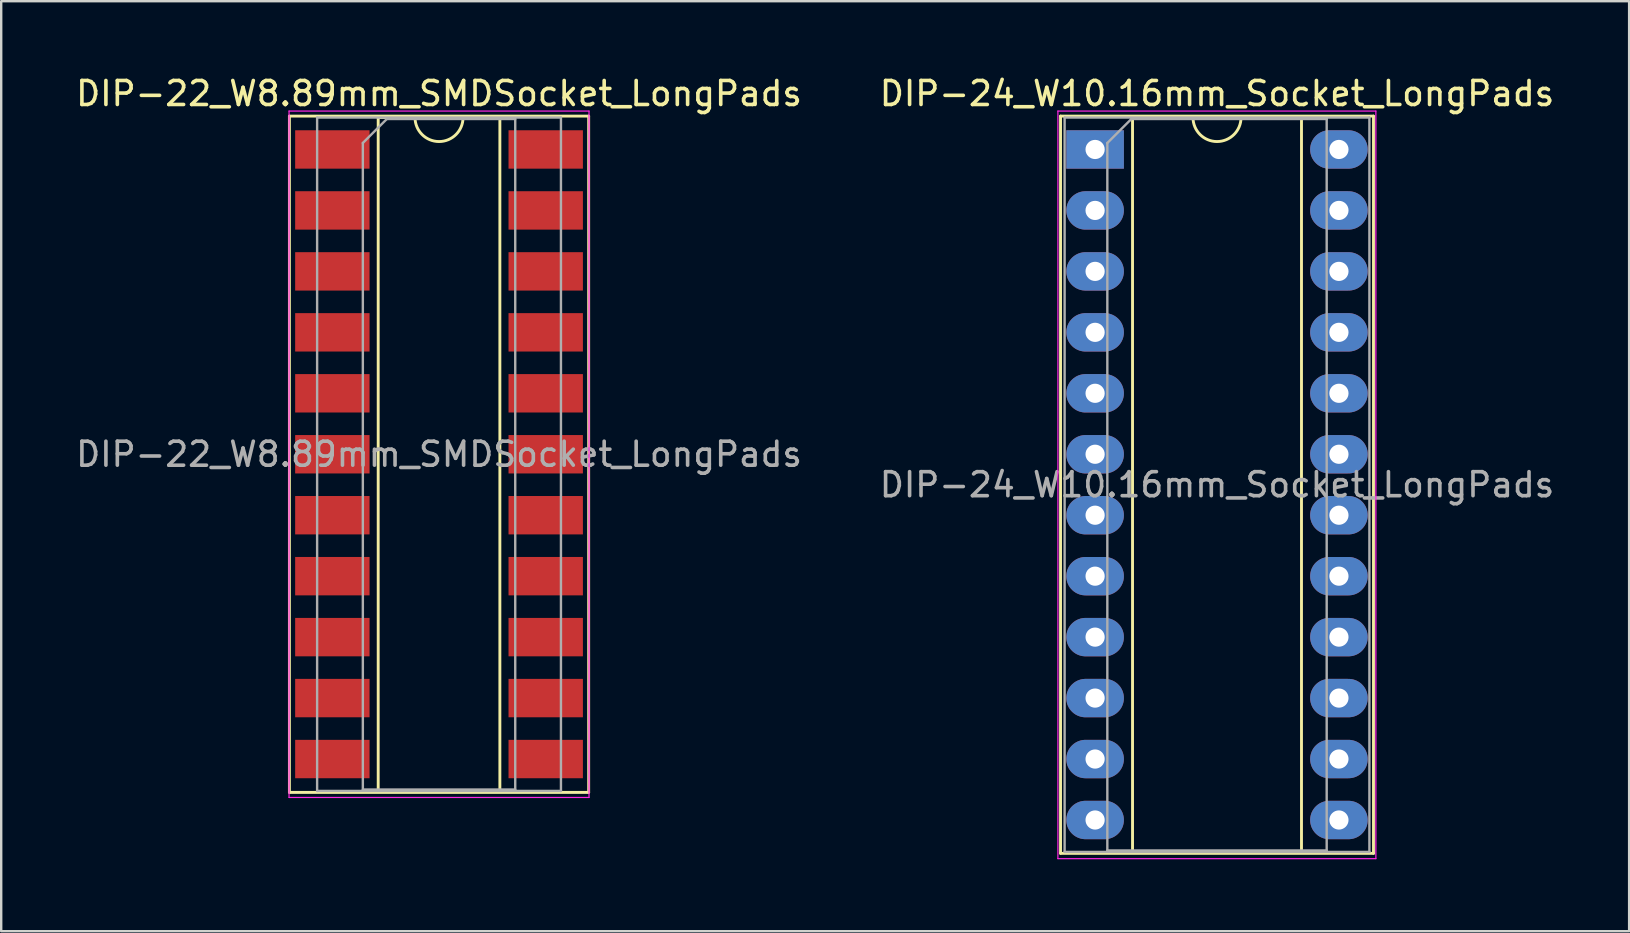
<source format=kicad_pcb>
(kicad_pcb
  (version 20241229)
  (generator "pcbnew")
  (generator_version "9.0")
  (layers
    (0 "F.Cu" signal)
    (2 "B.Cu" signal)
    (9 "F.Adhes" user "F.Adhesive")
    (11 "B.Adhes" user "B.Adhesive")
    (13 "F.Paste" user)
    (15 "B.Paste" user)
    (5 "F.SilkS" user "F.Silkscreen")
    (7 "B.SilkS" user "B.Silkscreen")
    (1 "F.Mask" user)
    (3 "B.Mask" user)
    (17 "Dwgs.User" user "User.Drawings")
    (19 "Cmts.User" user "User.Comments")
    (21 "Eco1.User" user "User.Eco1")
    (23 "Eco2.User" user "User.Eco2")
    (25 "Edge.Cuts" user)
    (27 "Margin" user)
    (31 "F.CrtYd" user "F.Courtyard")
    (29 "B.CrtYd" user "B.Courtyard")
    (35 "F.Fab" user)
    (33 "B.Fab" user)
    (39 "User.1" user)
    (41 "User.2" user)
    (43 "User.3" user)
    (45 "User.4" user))
  (footprint "DIP-24_W10.16mm_Socket_LongPads"
    (layer "F.Cu")
    (at 42.581 3.178)
    (property "Reference" "DIP-24_W10.16mm_Socket_LongPads" (at 5.08 -2.33 0) (layer "F.SilkS") (effects (font (size 1 1) (thickness 0.15))))
    (attr through_hole)
    (fp_line (start -1.44 -1.39) (end -1.44 29.33) (stroke (width 0.12) (type solid)) (layer "F.SilkS"))
    (fp_line (start -1.44 29.33) (end 11.6 29.33) (stroke (width 0.12) (type solid)) (layer "F.SilkS"))
    (fp_line (start 1.56 -1.33) (end 1.56 29.27) (stroke (width 0.12) (type solid)) (layer "F.SilkS"))
    (fp_line (start 1.56 29.27) (end 8.6 29.27) (stroke (width 0.12) (type solid)) (layer "F.SilkS"))
    (fp_line (start 4.08 -1.33) (end 1.56 -1.33) (stroke (width 0.12) (type solid)) (layer "F.SilkS"))
    (fp_line (start 8.6 -1.33) (end 6.08 -1.33) (stroke (width 0.12) (type solid)) (layer "F.SilkS"))
    (fp_line (start 8.6 29.27) (end 8.6 -1.33) (stroke (width 0.12) (type solid)) (layer "F.SilkS"))
    (fp_line (start 11.6 -1.39) (end -1.44 -1.39) (stroke (width 0.12) (type solid)) (layer "F.SilkS"))
    (fp_line (start 11.6 29.33) (end 11.6 -1.39) (stroke (width 0.12) (type solid)) (layer "F.SilkS"))
    (fp_arc (start 6.08 -1.33) (mid 5.08 -0.33) (end 4.08 -1.33) (stroke (width 0.12) (type solid)) (layer "F.SilkS"))
    (fp_line (start -1.55 -1.6) (end -1.55 29.55) (stroke (width 0.05) (type solid)) (layer "F.CrtYd"))
    (fp_line (start -1.55 29.55) (end 11.7 29.55) (stroke (width 0.05) (type solid)) (layer "F.CrtYd"))
    (fp_line (start 11.7 -1.6) (end -1.55 -1.6) (stroke (width 0.05) (type solid)) (layer "F.CrtYd"))
    (fp_line (start 11.7 29.55) (end 11.7 -1.6) (stroke (width 0.05) (type solid)) (layer "F.CrtYd"))
    (fp_line (start -1.27 -1.33) (end -1.27 29.27) (stroke (width 0.1) (type solid)) (layer "F.Fab"))
    (fp_line (start -1.27 29.27) (end 11.43 29.27) (stroke (width 0.1) (type solid)) (layer "F.Fab"))
    (fp_line (start 0.51 -0.27) (end 1.51 -1.27) (stroke (width 0.1) (type solid)) (layer "F.Fab"))
    (fp_line (start 0.51 29.21) (end 0.51 -0.27) (stroke (width 0.1) (type solid)) (layer "F.Fab"))
    (fp_line (start 1.51 -1.27) (end 9.65 -1.27) (stroke (width 0.1) (type solid)) (layer "F.Fab"))
    (fp_line (start 9.65 -1.27) (end 9.65 29.21) (stroke (width 0.1) (type solid)) (layer "F.Fab"))
    (fp_line (start 9.65 29.21) (end 0.51 29.21) (stroke (width 0.1) (type solid)) (layer "F.Fab"))
    (fp_line (start 11.43 -1.33) (end -1.27 -1.33) (stroke (width 0.1) (type solid)) (layer "F.Fab"))
    (fp_line (start 11.43 29.27) (end 11.43 -1.33) (stroke (width 0.1) (type solid)) (layer "F.Fab"))
    (fp_text user "${REFERENCE}" (at 5.08 13.97 0) (layer "F.Fab") (effects (font (size 1 1) (thickness 0.15))))
    (pad "1" thru_hole rect (at 0 0) (size 2.4 1.6) (drill 0.8) (layers "*.Cu" "*.Mask"))
    (pad "2" thru_hole oval (at 0 2.54) (size 2.4 1.6) (drill 0.8) (layers "*.Cu" "*.Mask"))
    (pad "3" thru_hole oval (at 0 5.08) (size 2.4 1.6) (drill 0.8) (layers "*.Cu" "*.Mask"))
    (pad "4" thru_hole oval (at 0 7.62) (size 2.4 1.6) (drill 0.8) (layers "*.Cu" "*.Mask"))
    (pad "5" thru_hole oval (at 0 10.16) (size 2.4 1.6) (drill 0.8) (layers "*.Cu" "*.Mask"))
    (pad "6" thru_hole oval (at 0 12.7) (size 2.4 1.6) (drill 0.8) (layers "*.Cu" "*.Mask"))
    (pad "7" thru_hole oval (at 0 15.24) (size 2.4 1.6) (drill 0.8) (layers "*.Cu" "*.Mask"))
    (pad "8" thru_hole oval (at 0 17.78) (size 2.4 1.6) (drill 0.8) (layers "*.Cu" "*.Mask"))
    (pad "9" thru_hole oval (at 0 20.32) (size 2.4 1.6) (drill 0.8) (layers "*.Cu" "*.Mask"))
    (pad "10" thru_hole oval (at 0 22.86) (size 2.4 1.6) (drill 0.8) (layers "*.Cu" "*.Mask"))
    (pad "11" thru_hole oval (at 0 25.4) (size 2.4 1.6) (drill 0.8) (layers "*.Cu" "*.Mask"))
    (pad "12" thru_hole oval (at 0 27.94) (size 2.4 1.6) (drill 0.8) (layers "*.Cu" "*.Mask"))
    (pad "13" thru_hole oval (at 10.16 27.94) (size 2.4 1.6) (drill 0.8) (layers "*.Cu" "*.Mask"))
    (pad "14" thru_hole oval (at 10.16 25.4) (size 2.4 1.6) (drill 0.8) (layers "*.Cu" "*.Mask"))
    (pad "15" thru_hole oval (at 10.16 22.86) (size 2.4 1.6) (drill 0.8) (layers "*.Cu" "*.Mask"))
    (pad "16" thru_hole oval (at 10.16 20.32) (size 2.4 1.6) (drill 0.8) (layers "*.Cu" "*.Mask"))
    (pad "17" thru_hole oval (at 10.16 17.78) (size 2.4 1.6) (drill 0.8) (layers "*.Cu" "*.Mask"))
    (pad "18" thru_hole oval (at 10.16 15.24) (size 2.4 1.6) (drill 0.8) (layers "*.Cu" "*.Mask"))
    (pad "19" thru_hole oval (at 10.16 12.7) (size 2.4 1.6) (drill 0.8) (layers "*.Cu" "*.Mask"))
    (pad "20" thru_hole oval (at 10.16 10.16) (size 2.4 1.6) (drill 0.8) (layers "*.Cu" "*.Mask"))
    (pad "21" thru_hole oval (at 10.16 7.62) (size 2.4 1.6) (drill 0.8) (layers "*.Cu" "*.Mask"))
    (pad "22" thru_hole oval (at 10.16 5.08) (size 2.4 1.6) (drill 0.8) (layers "*.Cu" "*.Mask"))
    (pad "23" thru_hole oval (at 10.16 2.54) (size 2.4 1.6) (drill 0.8) (layers "*.Cu" "*.Mask"))
    (pad "24" thru_hole oval (at 10.16 0) (size 2.4 1.6) (drill 0.8) (layers "*.Cu" "*.Mask")))
  (footprint "DIP-22_W8.89mm_SMDSocket_LongPads"
    (layer "F.Cu")
    (at 15.244 15.878)
    (property "Reference" "DIP-22_W8.89mm_SMDSocket_LongPads" (at 0 -15.03 0) (layer "F.SilkS") (effects (font (size 1 1) (thickness 0.15))))
    (attr smd)
    (fp_line (start -6.235 -14.09) (end -6.235 14.09) (stroke (width 0.12) (type solid)) (layer "F.SilkS"))
    (fp_line (start -6.235 14.09) (end 6.235 14.09) (stroke (width 0.12) (type solid)) (layer "F.SilkS"))
    (fp_line (start -2.535 -14.03) (end -2.535 14.03) (stroke (width 0.12) (type solid)) (layer "F.SilkS"))
    (fp_line (start -2.535 14.03) (end 2.535 14.03) (stroke (width 0.12) (type solid)) (layer "F.SilkS"))
    (fp_line (start -1 -14.03) (end -2.535 -14.03) (stroke (width 0.12) (type solid)) (layer "F.SilkS"))
    (fp_line (start 2.535 -14.03) (end 1 -14.03) (stroke (width 0.12) (type solid)) (layer "F.SilkS"))
    (fp_line (start 2.535 14.03) (end 2.535 -14.03) (stroke (width 0.12) (type solid)) (layer "F.SilkS"))
    (fp_line (start 6.235 -14.09) (end -6.235 -14.09) (stroke (width 0.12) (type solid)) (layer "F.SilkS"))
    (fp_line (start 6.235 14.09) (end 6.235 -14.09) (stroke (width 0.12) (type solid)) (layer "F.SilkS"))
    (fp_arc (start 1 -14.03) (mid 0 -13.03) (end -1 -14.03) (stroke (width 0.12) (type solid)) (layer "F.SilkS"))
    (fp_line (start -6.25 -14.3) (end -6.25 14.3) (stroke (width 0.05) (type solid)) (layer "F.CrtYd"))
    (fp_line (start -6.25 14.3) (end 6.25 14.3) (stroke (width 0.05) (type solid)) (layer "F.CrtYd"))
    (fp_line (start 6.25 -14.3) (end -6.25 -14.3) (stroke (width 0.05) (type solid)) (layer "F.CrtYd"))
    (fp_line (start 6.25 14.3) (end 6.25 -14.3) (stroke (width 0.05) (type solid)) (layer "F.CrtYd"))
    (fp_line (start -5.08 -14.03) (end -5.08 14.03) (stroke (width 0.1) (type solid)) (layer "F.Fab"))
    (fp_line (start -5.08 14.03) (end 5.08 14.03) (stroke (width 0.1) (type solid)) (layer "F.Fab"))
    (fp_line (start -3.175 -12.97) (end -2.175 -13.97) (stroke (width 0.1) (type solid)) (layer "F.Fab"))
    (fp_line (start -3.175 13.97) (end -3.175 -12.97) (stroke (width 0.1) (type solid)) (layer "F.Fab"))
    (fp_line (start -2.175 -13.97) (end 3.175 -13.97) (stroke (width 0.1) (type solid)) (layer "F.Fab"))
    (fp_line (start 3.175 -13.97) (end 3.175 13.97) (stroke (width 0.1) (type solid)) (layer "F.Fab"))
    (fp_line (start 3.175 13.97) (end -3.175 13.97) (stroke (width 0.1) (type solid)) (layer "F.Fab"))
    (fp_line (start 5.08 -14.03) (end -5.08 -14.03) (stroke (width 0.1) (type solid)) (layer "F.Fab"))
    (fp_line (start 5.08 14.03) (end 5.08 -14.03) (stroke (width 0.1) (type solid)) (layer "F.Fab"))
    (fp_text user "${REFERENCE}" (at 0 0 0) (layer "F.Fab") (effects (font (size 1 1) (thickness 0.15))))
    (pad "1" smd rect (at -4.445 -12.7) (size 3.1 1.6) (layers "F.Cu" "F.Mask" "F.Paste"))
    (pad "2" smd rect (at -4.445 -10.16) (size 3.1 1.6) (layers "F.Cu" "F.Mask" "F.Paste"))
    (pad "3" smd rect (at -4.445 -7.62) (size 3.1 1.6) (layers "F.Cu" "F.Mask" "F.Paste"))
    (pad "4" smd rect (at -4.445 -5.08) (size 3.1 1.6) (layers "F.Cu" "F.Mask" "F.Paste"))
    (pad "5" smd rect (at -4.445 -2.54) (size 3.1 1.6) (layers "F.Cu" "F.Mask" "F.Paste"))
    (pad "6" smd rect (at -4.445 0) (size 3.1 1.6) (layers "F.Cu" "F.Mask" "F.Paste"))
    (pad "7" smd rect (at -4.445 2.54) (size 3.1 1.6) (layers "F.Cu" "F.Mask" "F.Paste"))
    (pad "8" smd rect (at -4.445 5.08) (size 3.1 1.6) (layers "F.Cu" "F.Mask" "F.Paste"))
    (pad "9" smd rect (at -4.445 7.62) (size 3.1 1.6) (layers "F.Cu" "F.Mask" "F.Paste"))
    (pad "10" smd rect (at -4.445 10.16) (size 3.1 1.6) (layers "F.Cu" "F.Mask" "F.Paste"))
    (pad "11" smd rect (at -4.445 12.7) (size 3.1 1.6) (layers "F.Cu" "F.Mask" "F.Paste"))
    (pad "12" smd rect (at 4.445 12.7) (size 3.1 1.6) (layers "F.Cu" "F.Mask" "F.Paste"))
    (pad "13" smd rect (at 4.445 10.16) (size 3.1 1.6) (layers "F.Cu" "F.Mask" "F.Paste"))
    (pad "14" smd rect (at 4.445 7.62) (size 3.1 1.6) (layers "F.Cu" "F.Mask" "F.Paste"))
    (pad "15" smd rect (at 4.445 5.08) (size 3.1 1.6) (layers "F.Cu" "F.Mask" "F.Paste"))
    (pad "16" smd rect (at 4.445 2.54) (size 3.1 1.6) (layers "F.Cu" "F.Mask" "F.Paste"))
    (pad "17" smd rect (at 4.445 0) (size 3.1 1.6) (layers "F.Cu" "F.Mask" "F.Paste"))
    (pad "18" smd rect (at 4.445 -2.54) (size 3.1 1.6) (layers "F.Cu" "F.Mask" "F.Paste"))
    (pad "19" smd rect (at 4.445 -5.08) (size 3.1 1.6) (layers "F.Cu" "F.Mask" "F.Paste"))
    (pad "20" smd rect (at 4.445 -7.62) (size 3.1 1.6) (layers "F.Cu" "F.Mask" "F.Paste"))
    (pad "21" smd rect (at 4.445 -10.16) (size 3.1 1.6) (layers "F.Cu" "F.Mask" "F.Paste"))
    (pad "22" smd rect (at 4.445 -12.7) (size 3.1 1.6) (layers "F.Cu" "F.Mask" "F.Paste")))
  (gr_rect
    (start -3 -3)
    (end 64.833 35.753)
    (stroke (width 0.1) (type default))
    (fill no)
    (layer "Edge.Cuts")))
</source>
